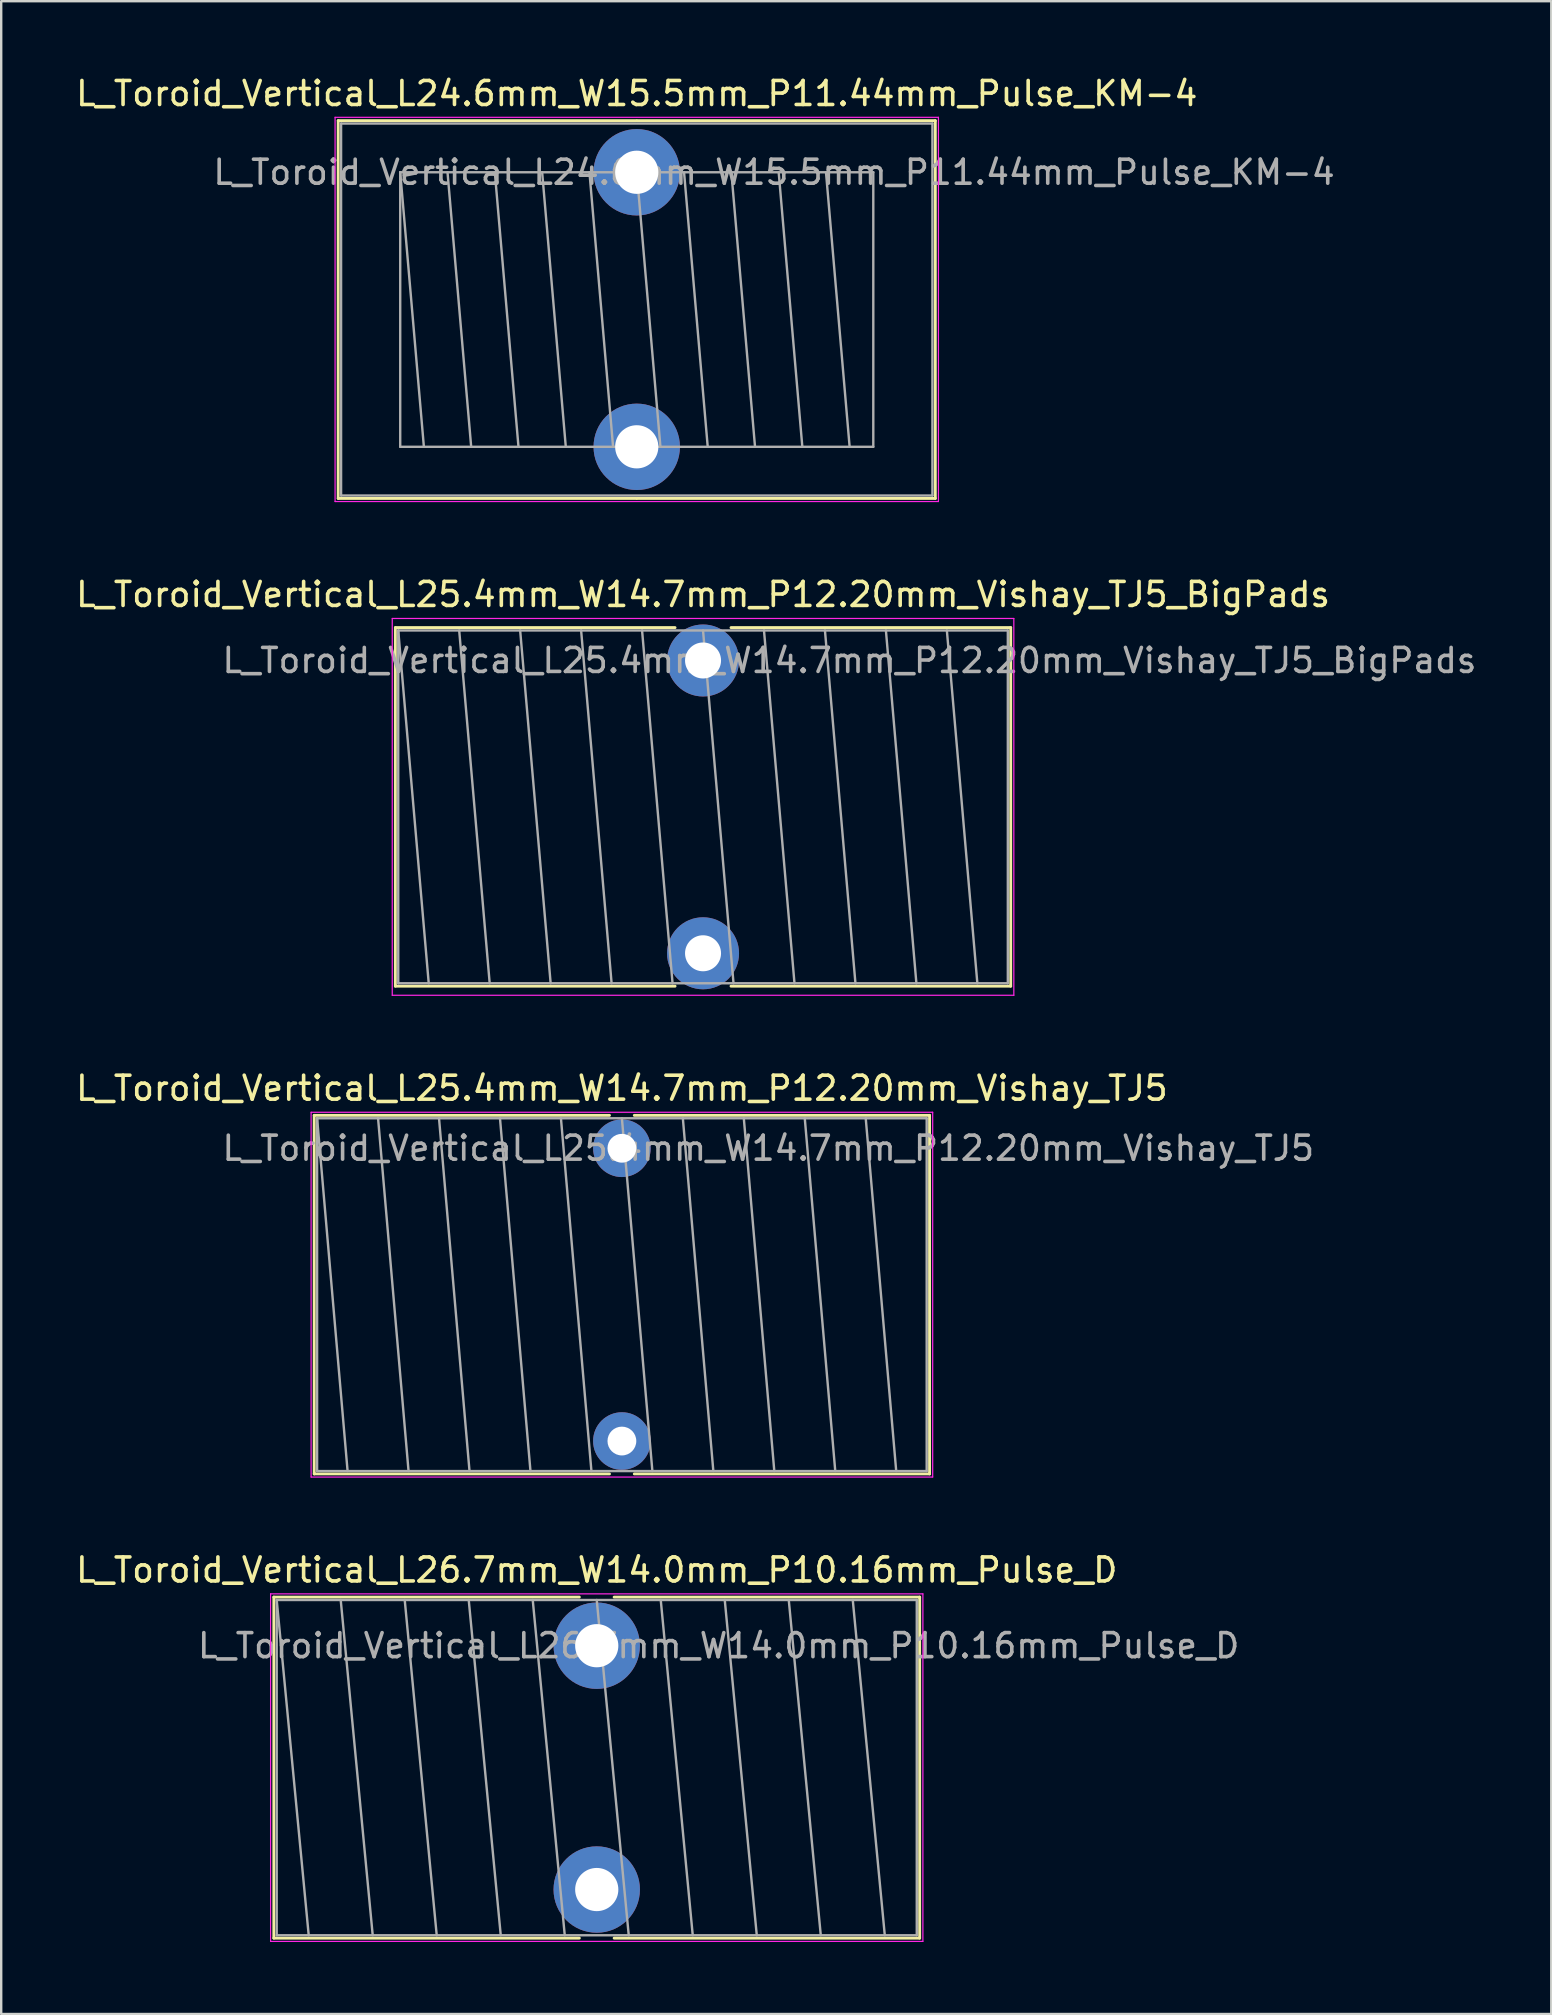
<source format=kicad_pcb>
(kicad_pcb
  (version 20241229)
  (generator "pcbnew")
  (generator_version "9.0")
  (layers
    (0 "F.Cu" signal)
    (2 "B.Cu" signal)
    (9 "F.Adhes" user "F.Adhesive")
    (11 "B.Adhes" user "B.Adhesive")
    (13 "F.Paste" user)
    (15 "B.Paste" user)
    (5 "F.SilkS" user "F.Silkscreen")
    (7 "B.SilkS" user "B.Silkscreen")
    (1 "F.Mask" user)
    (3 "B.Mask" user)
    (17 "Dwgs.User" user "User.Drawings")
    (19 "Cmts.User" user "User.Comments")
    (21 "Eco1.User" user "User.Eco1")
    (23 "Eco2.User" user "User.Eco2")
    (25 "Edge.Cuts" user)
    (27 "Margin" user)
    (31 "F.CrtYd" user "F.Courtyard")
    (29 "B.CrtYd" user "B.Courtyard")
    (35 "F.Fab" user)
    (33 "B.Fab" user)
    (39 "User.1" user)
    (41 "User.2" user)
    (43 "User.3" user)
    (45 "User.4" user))
  (footprint "L_Toroid_Vertical_L25.4mm_W14.7mm_P12.20mm_Vishay_TJ5_BigPads"
    (layer "F.Cu")
    (at 26.244 24.471)
    (property "Reference" "L_Toroid_Vertical_L25.4mm_W14.7mm_P12.20mm_Vishay_TJ5_BigPads" (at 0 -2.75 0) (layer "F.SilkS") (effects (font (size 1 1) (thickness 0.15))))
    (attr through_hole)
    (fp_line (start -12.82 -1.37) (end -12.82 13.57) (stroke (width 0.12) (type solid)) (layer "F.SilkS"))
    (fp_line (start -12.82 -1.37) (end -1.166 -1.37) (stroke (width 0.12) (type solid)) (layer "F.SilkS"))
    (fp_line (start -12.82 13.57) (end -1.166 13.57) (stroke (width 0.12) (type solid)) (layer "F.SilkS"))
    (fp_line (start 1.166 -1.37) (end 12.82 -1.37) (stroke (width 0.12) (type solid)) (layer "F.SilkS"))
    (fp_line (start 1.166 13.57) (end 12.82 13.57) (stroke (width 0.12) (type solid)) (layer "F.SilkS"))
    (fp_line (start 12.82 -1.37) (end 12.82 13.57) (stroke (width 0.12) (type solid)) (layer "F.SilkS"))
    (fp_line (start -12.95 -1.75) (end -12.95 13.95) (stroke (width 0.05) (type solid)) (layer "F.CrtYd"))
    (fp_line (start -12.95 13.95) (end 12.95 13.95) (stroke (width 0.05) (type solid)) (layer "F.CrtYd"))
    (fp_line (start 12.95 -1.75) (end -12.95 -1.75) (stroke (width 0.05) (type solid)) (layer "F.CrtYd"))
    (fp_line (start 12.95 13.95) (end 12.95 -1.75) (stroke (width 0.05) (type solid)) (layer "F.CrtYd"))
    (fp_line (start -12.7 -1.25) (end -12.7 13.45) (stroke (width 0.1) (type solid)) (layer "F.Fab"))
    (fp_line (start -12.7 -1.25) (end -11.43 13.45) (stroke (width 0.1) (type solid)) (layer "F.Fab"))
    (fp_line (start -12.7 13.45) (end 12.7 13.45) (stroke (width 0.1) (type solid)) (layer "F.Fab"))
    (fp_line (start -10.16 -1.25) (end -8.89 13.45) (stroke (width 0.1) (type solid)) (layer "F.Fab"))
    (fp_line (start -7.62 -1.25) (end -6.35 13.45) (stroke (width 0.1) (type solid)) (layer "F.Fab"))
    (fp_line (start -5.08 -1.25) (end -3.81 13.45) (stroke (width 0.1) (type solid)) (layer "F.Fab"))
    (fp_line (start -2.54 -1.25) (end -1.27 13.45) (stroke (width 0.1) (type solid)) (layer "F.Fab"))
    (fp_line (start 0 -1.25) (end 1.27 13.45) (stroke (width 0.1) (type solid)) (layer "F.Fab"))
    (fp_line (start 2.54 -1.25) (end 3.81 13.45) (stroke (width 0.1) (type solid)) (layer "F.Fab"))
    (fp_line (start 5.08 -1.25) (end 6.35 13.45) (stroke (width 0.1) (type solid)) (layer "F.Fab"))
    (fp_line (start 7.62 -1.25) (end 8.89 13.45) (stroke (width 0.1) (type solid)) (layer "F.Fab"))
    (fp_line (start 10.16 -1.25) (end 11.43 13.45) (stroke (width 0.1) (type solid)) (layer "F.Fab"))
    (fp_line (start 12.7 -1.25) (end -12.7 -1.25) (stroke (width 0.1) (type solid)) (layer "F.Fab"))
    (fp_line (start 12.7 13.45) (end 12.7 -1.25) (stroke (width 0.1) (type solid)) (layer "F.Fab"))
    (fp_text user "${REFERENCE}" (at 6.1 0 0) (layer "F.Fab") (effects (font (size 1 1) (thickness 0.15))))
    (pad "1" thru_hole circle (at 0 0) (size 3 3) (drill 1.5) (layers "*.Cu" "*.Mask"))
    (pad "2" thru_hole circle (at 0 12.2) (size 3 3) (drill 1.5) (layers "*.Cu" "*.Mask")))
  (footprint "L_Toroid_Vertical_L26.7mm_W14.0mm_P10.16mm_Pulse_D"
    (layer "F.Cu")
    (at 21.815 65.523)
    (property "Reference" "L_Toroid_Vertical_L26.7mm_W14.0mm_P10.16mm_Pulse_D" (at 0 -3.155 0) (layer "F.SilkS") (effects (font (size 1 1) (thickness 0.15))))
    (attr through_hole)
    (fp_line (start -13.455 -2.025) (end -13.455 12.185) (stroke (width 0.12) (type solid)) (layer "F.SilkS"))
    (fp_line (start -13.455 -2.025) (end -0.725 -2.025) (stroke (width 0.12) (type solid)) (layer "F.SilkS"))
    (fp_line (start -13.455 12.185) (end -0.725 12.185) (stroke (width 0.12) (type solid)) (layer "F.SilkS"))
    (fp_line (start 0.725 -2.025) (end 13.455 -2.025) (stroke (width 0.12) (type solid)) (layer "F.SilkS"))
    (fp_line (start 0.725 12.185) (end 13.455 12.185) (stroke (width 0.12) (type solid)) (layer "F.SilkS"))
    (fp_line (start 13.455 -2.025) (end 13.455 12.185) (stroke (width 0.12) (type solid)) (layer "F.SilkS"))
    (fp_line (start -13.59 -2.16) (end -13.59 12.32) (stroke (width 0.05) (type solid)) (layer "F.CrtYd"))
    (fp_line (start -13.59 12.32) (end 13.59 12.32) (stroke (width 0.05) (type solid)) (layer "F.CrtYd"))
    (fp_line (start 13.59 -2.16) (end -13.59 -2.16) (stroke (width 0.05) (type solid)) (layer "F.CrtYd"))
    (fp_line (start 13.59 12.32) (end 13.59 -2.16) (stroke (width 0.05) (type solid)) (layer "F.CrtYd"))
    (fp_line (start -13.335 -1.905) (end -13.335 12.065) (stroke (width 0.1) (type solid)) (layer "F.Fab"))
    (fp_line (start -13.335 -1.905) (end -12.002 12.065) (stroke (width 0.1) (type solid)) (layer "F.Fab"))
    (fp_line (start -13.335 12.065) (end 13.335 12.065) (stroke (width 0.1) (type solid)) (layer "F.Fab"))
    (fp_line (start -10.668 -1.905) (end -9.335 12.065) (stroke (width 0.1) (type solid)) (layer "F.Fab"))
    (fp_line (start -8.001 -1.905) (end -6.668 12.065) (stroke (width 0.1) (type solid)) (layer "F.Fab"))
    (fp_line (start -5.334 -1.905) (end -4 12.065) (stroke (width 0.1) (type solid)) (layer "F.Fab"))
    (fp_line (start -2.667 -1.905) (end -1.333 12.065) (stroke (width 0.1) (type solid)) (layer "F.Fab"))
    (fp_line (start 0 -1.905) (end 1.333 12.065) (stroke (width 0.1) (type solid)) (layer "F.Fab"))
    (fp_line (start 2.667 -1.905) (end 4 12.065) (stroke (width 0.1) (type solid)) (layer "F.Fab"))
    (fp_line (start 5.334 -1.905) (end 6.668 12.065) (stroke (width 0.1) (type solid)) (layer "F.Fab"))
    (fp_line (start 8.001 -1.905) (end 9.335 12.065) (stroke (width 0.1) (type solid)) (layer "F.Fab"))
    (fp_line (start 10.668 -1.905) (end 12.002 12.065) (stroke (width 0.1) (type solid)) (layer "F.Fab"))
    (fp_line (start 13.335 -1.905) (end -13.335 -1.905) (stroke (width 0.1) (type solid)) (layer "F.Fab"))
    (fp_line (start 13.335 12.065) (end 13.335 -1.905) (stroke (width 0.1) (type solid)) (layer "F.Fab"))
    (fp_text user "${REFERENCE}" (at 5.08 0 0) (layer "F.Fab") (effects (font (size 1 1) (thickness 0.15))))
    (pad "1" thru_hole circle (at 0 0) (size 3.6 3.6) (drill 1.8) (layers "*.Cu" "*.Mask"))
    (pad "2" thru_hole circle (at 0 10.16) (size 3.6 3.6) (drill 1.8) (layers "*.Cu" "*.Mask")))
  (footprint "L_Toroid_Vertical_L24.6mm_W15.5mm_P11.44mm_Pulse_KM-4"
    (layer "F.Cu")
    (at 23.482 4.128)
    (property "Reference" "L_Toroid_Vertical_L24.6mm_W15.5mm_P11.44mm_Pulse_KM-4" (at 0 -3.28 0) (layer "F.SilkS") (effects (font (size 1 1) (thickness 0.15))))
    (attr through_hole)
    (fp_line (start -12.44 -2.15) (end -12.44 13.59) (stroke (width 0.12) (type solid)) (layer "F.SilkS"))
    (fp_line (start -12.44 -2.15) (end -0.016 -2.15) (stroke (width 0.12) (type solid)) (layer "F.SilkS"))
    (fp_line (start -12.44 13.59) (end -0.016 13.59) (stroke (width 0.12) (type solid)) (layer "F.SilkS"))
    (fp_line (start 0.016 -2.15) (end 12.44 -2.15) (stroke (width 0.12) (type solid)) (layer "F.SilkS"))
    (fp_line (start 0.016 13.59) (end 12.44 13.59) (stroke (width 0.12) (type solid)) (layer "F.SilkS"))
    (fp_line (start 12.44 -2.15) (end 12.44 13.59) (stroke (width 0.12) (type solid)) (layer "F.SilkS"))
    (fp_line (start -12.57 -2.29) (end -12.57 13.72) (stroke (width 0.05) (type solid)) (layer "F.CrtYd"))
    (fp_line (start -12.57 13.72) (end 12.57 13.72) (stroke (width 0.05) (type solid)) (layer "F.CrtYd"))
    (fp_line (start 12.57 -2.29) (end -12.57 -2.29) (stroke (width 0.05) (type solid)) (layer "F.CrtYd"))
    (fp_line (start 12.57 13.72) (end 12.57 -2.29) (stroke (width 0.05) (type solid)) (layer "F.CrtYd"))
    (fp_line (start -12.32 -2.03) (end -12.32 13.47) (stroke (width 0.1) (type solid)) (layer "F.Fab"))
    (fp_line (start -12.32 13.47) (end 12.32 13.47) (stroke (width 0.1) (type solid)) (layer "F.Fab"))
    (fp_line (start -9.856 0) (end -9.856 11.44) (stroke (width 0.1) (type solid)) (layer "F.Fab"))
    (fp_line (start -9.856 0) (end -8.87 11.44) (stroke (width 0.1) (type solid)) (layer "F.Fab"))
    (fp_line (start -9.856 11.44) (end 9.856 11.44) (stroke (width 0.1) (type solid)) (layer "F.Fab"))
    (fp_line (start -7.885 0) (end -6.899 11.44) (stroke (width 0.1) (type solid)) (layer "F.Fab"))
    (fp_line (start -5.914 0) (end -4.928 11.44) (stroke (width 0.1) (type solid)) (layer "F.Fab"))
    (fp_line (start -3.942 0) (end -2.957 11.44) (stroke (width 0.1) (type solid)) (layer "F.Fab"))
    (fp_line (start -1.971 0) (end -0.986 11.44) (stroke (width 0.1) (type solid)) (layer "F.Fab"))
    (fp_line (start 0 0) (end 0.986 11.44) (stroke (width 0.1) (type solid)) (layer "F.Fab"))
    (fp_line (start 1.971 0) (end 2.957 11.44) (stroke (width 0.1) (type solid)) (layer "F.Fab"))
    (fp_line (start 3.942 0) (end 4.928 11.44) (stroke (width 0.1) (type solid)) (layer "F.Fab"))
    (fp_line (start 5.914 0) (end 6.899 11.44) (stroke (width 0.1) (type solid)) (layer "F.Fab"))
    (fp_line (start 7.885 0) (end 8.87 11.44) (stroke (width 0.1) (type solid)) (layer "F.Fab"))
    (fp_line (start 9.856 0) (end -9.856 0) (stroke (width 0.1) (type solid)) (layer "F.Fab"))
    (fp_line (start 9.856 11.44) (end 9.856 0) (stroke (width 0.1) (type solid)) (layer "F.Fab"))
    (fp_line (start 12.32 -2.03) (end -12.32 -2.03) (stroke (width 0.1) (type solid)) (layer "F.Fab"))
    (fp_line (start 12.32 13.47) (end 12.32 -2.03) (stroke (width 0.1) (type solid)) (layer "F.Fab"))
    (fp_text user "${REFERENCE}" (at 5.72 0 0) (layer "F.Fab") (effects (font (size 1 1) (thickness 0.15))))
    (pad "1" thru_hole circle (at 0 0) (size 3.6 3.6) (drill 1.8) (layers "*.Cu" "*.Mask"))
    (pad "2" thru_hole circle (at 0 11.44) (size 3.6 3.6) (drill 1.8) (layers "*.Cu" "*.Mask")))
  (footprint "L_Toroid_Vertical_L25.4mm_W14.7mm_P12.20mm_Vishay_TJ5"
    (layer "F.Cu")
    (at 22.863 44.795)
    (property "Reference" "L_Toroid_Vertical_L25.4mm_W14.7mm_P12.20mm_Vishay_TJ5" (at 0 -2.5 0) (layer "F.SilkS") (effects (font (size 1 1) (thickness 0.15))))
    (attr through_hole)
    (fp_line (start -12.82 -1.37) (end -12.82 13.57) (stroke (width 0.12) (type solid)) (layer "F.SilkS"))
    (fp_line (start -12.82 -1.37) (end -0.517 -1.37) (stroke (width 0.12) (type solid)) (layer "F.SilkS"))
    (fp_line (start -12.82 13.57) (end -0.517 13.57) (stroke (width 0.12) (type solid)) (layer "F.SilkS"))
    (fp_line (start 0.517 -1.37) (end 12.82 -1.37) (stroke (width 0.12) (type solid)) (layer "F.SilkS"))
    (fp_line (start 0.517 13.57) (end 12.82 13.57) (stroke (width 0.12) (type solid)) (layer "F.SilkS"))
    (fp_line (start 12.82 -1.37) (end 12.82 13.57) (stroke (width 0.12) (type solid)) (layer "F.SilkS"))
    (fp_line (start -12.95 -1.5) (end -12.95 13.7) (stroke (width 0.05) (type solid)) (layer "F.CrtYd"))
    (fp_line (start -12.95 13.7) (end 12.95 13.7) (stroke (width 0.05) (type solid)) (layer "F.CrtYd"))
    (fp_line (start 12.95 -1.5) (end -12.95 -1.5) (stroke (width 0.05) (type solid)) (layer "F.CrtYd"))
    (fp_line (start 12.95 13.7) (end 12.95 -1.5) (stroke (width 0.05) (type solid)) (layer "F.CrtYd"))
    (fp_line (start -12.7 -1.25) (end -12.7 13.45) (stroke (width 0.1) (type solid)) (layer "F.Fab"))
    (fp_line (start -12.7 -1.25) (end -11.43 13.45) (stroke (width 0.1) (type solid)) (layer "F.Fab"))
    (fp_line (start -12.7 13.45) (end 12.7 13.45) (stroke (width 0.1) (type solid)) (layer "F.Fab"))
    (fp_line (start -10.16 -1.25) (end -8.89 13.45) (stroke (width 0.1) (type solid)) (layer "F.Fab"))
    (fp_line (start -7.62 -1.25) (end -6.35 13.45) (stroke (width 0.1) (type solid)) (layer "F.Fab"))
    (fp_line (start -5.08 -1.25) (end -3.81 13.45) (stroke (width 0.1) (type solid)) (layer "F.Fab"))
    (fp_line (start -2.54 -1.25) (end -1.27 13.45) (stroke (width 0.1) (type solid)) (layer "F.Fab"))
    (fp_line (start 0 -1.25) (end 1.27 13.45) (stroke (width 0.1) (type solid)) (layer "F.Fab"))
    (fp_line (start 2.54 -1.25) (end 3.81 13.45) (stroke (width 0.1) (type solid)) (layer "F.Fab"))
    (fp_line (start 5.08 -1.25) (end 6.35 13.45) (stroke (width 0.1) (type solid)) (layer "F.Fab"))
    (fp_line (start 7.62 -1.25) (end 8.89 13.45) (stroke (width 0.1) (type solid)) (layer "F.Fab"))
    (fp_line (start 10.16 -1.25) (end 11.43 13.45) (stroke (width 0.1) (type solid)) (layer "F.Fab"))
    (fp_line (start 12.7 -1.25) (end -12.7 -1.25) (stroke (width 0.1) (type solid)) (layer "F.Fab"))
    (fp_line (start 12.7 13.45) (end 12.7 -1.25) (stroke (width 0.1) (type solid)) (layer "F.Fab"))
    (fp_text user "${REFERENCE}" (at 6.1 0 0) (layer "F.Fab") (effects (font (size 1 1) (thickness 0.15))))
    (pad "1" thru_hole circle (at 0 0) (size 2.4 2.4) (drill 1.2) (layers "*.Cu" "*.Mask"))
    (pad "2" thru_hole circle (at 0 12.2) (size 2.4 2.4) (drill 1.2) (layers "*.Cu" "*.Mask")))
  (gr_rect
    (start -3 -3)
    (end 61.588 80.868)
    (stroke (width 0.1) (type default))
    (fill no)
    (layer "Edge.Cuts")))
</source>
